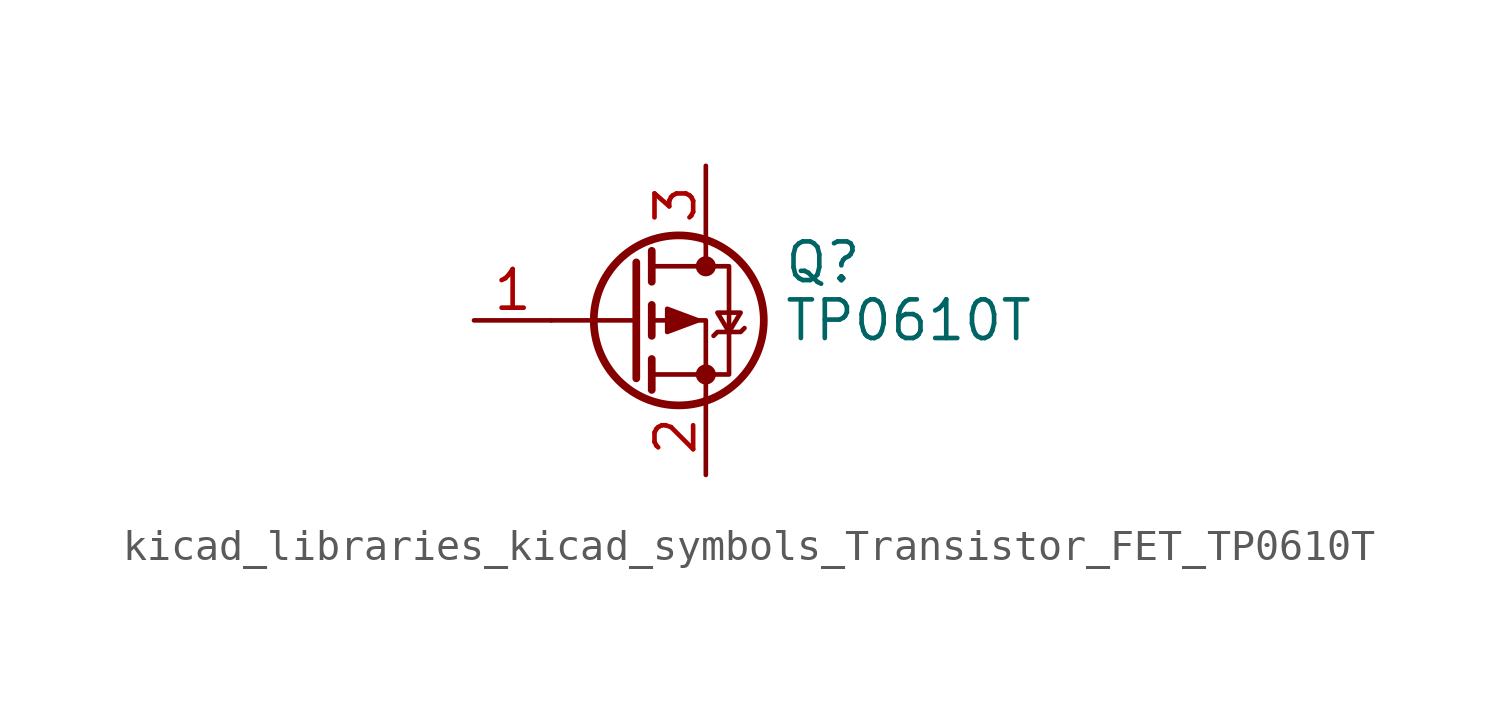
<source format=kicad_sym>
(kicad_symbol_lib
  (version 20220914)
  (generator kicad_symbol_editor)
  (symbol "kicad_libraries_kicad_symbols_Transistor_FET_TP0610T"
    (pin_names hide)
    (property "Reference" "Q"
      (at 5.08 1.905 0)
      (effects (font (size 1.27 1.27)) (justify left)))
    (property "Value" "TP0610T"
      (at 5.08 0 0)
      (effects (font (size 1.27 1.27)) (justify left)))
    (symbol "kicad_libraries_kicad_symbols_Transistor_FET_TP0610T_0_1"
      (polyline (pts (xy 0.254 0) (xy -2.54 0)) (stroke (width 0) (type default)) (fill (type none)))
      (polyline (pts (xy 0.254 1.905) (xy 0.254 -1.905)) (stroke (width 0.254) (type default)) (fill (type none)))
      (polyline (pts (xy 0.762 -1.27) (xy 0.762 -2.286)) (stroke (width 0.254) (type default)) (fill (type none)))
      (polyline (pts (xy 0.762 0.508) (xy 0.762 -0.508)) (stroke (width 0.254) (type default)) (fill (type none)))
      (polyline (pts (xy 0.762 2.286) (xy 0.762 1.27)) (stroke (width 0.254) (type default)) (fill (type none)))
      (polyline (pts (xy 2.54 2.54) (xy 2.54 1.778)) (stroke (width 0) (type default)) (fill (type none)))
      (polyline (pts (xy 2.54 -2.54) (xy 2.54 0) (xy 0.762 0)) (stroke (width 0) (type default)) (fill (type none)))
      (polyline (pts (xy 0.762 1.778) (xy 3.302 1.778) (xy 3.302 -1.778) (xy 0.762 -1.778)) (stroke (width 0) (type default)) (fill (type none)))
      (polyline (pts (xy 2.286 0) (xy 1.27 0.381) (xy 1.27 -0.381) (xy 2.286 0)) (stroke (width 0) (type default)) (fill (type outline)))
      (polyline (pts (xy 2.794 -0.508) (xy 2.921 -0.381) (xy 3.683 -0.381) (xy 3.81 -0.254)) (stroke (width 0) (type default)) (fill (type none)))
      (polyline (pts (xy 3.302 -0.381) (xy 2.921 0.254) (xy 3.683 0.254) (xy 3.302 -0.381)) (stroke (width 0) (type default)) (fill (type none)))
      (circle (center 1.651 0) (radius 2.794) (stroke (width 0.254) (type default)) (fill (type none)))
      (circle (center 2.54 -1.778) (radius 0.254) (stroke (width 0) (type default)) (fill (type outline)))
      (circle (center 2.54 1.778) (radius 0.254) (stroke (width 0) (type default)) (fill (type outline))))
    (symbol "kicad_libraries_kicad_symbols_Transistor_FET_TP0610T_1_1"
      (pin input line (at -5.08 0 0) (length 2.54) (name "G" (effects (font (size 1.27 1.27)))) (number "1" (effects (font (size 1.27 1.27)))))
      (pin passive line (at 2.54 -5.08 90) (length 2.54) (name "S" (effects (font (size 1.27 1.27)))) (number "2" (effects (font (size 1.27 1.27)))))
      (pin passive line (at 2.54 5.08 270) (length 2.54) (name "D" (effects (font (size 1.27 1.27)))) (number "3" (effects (font (size 1.27 1.27))))))))
</source>
